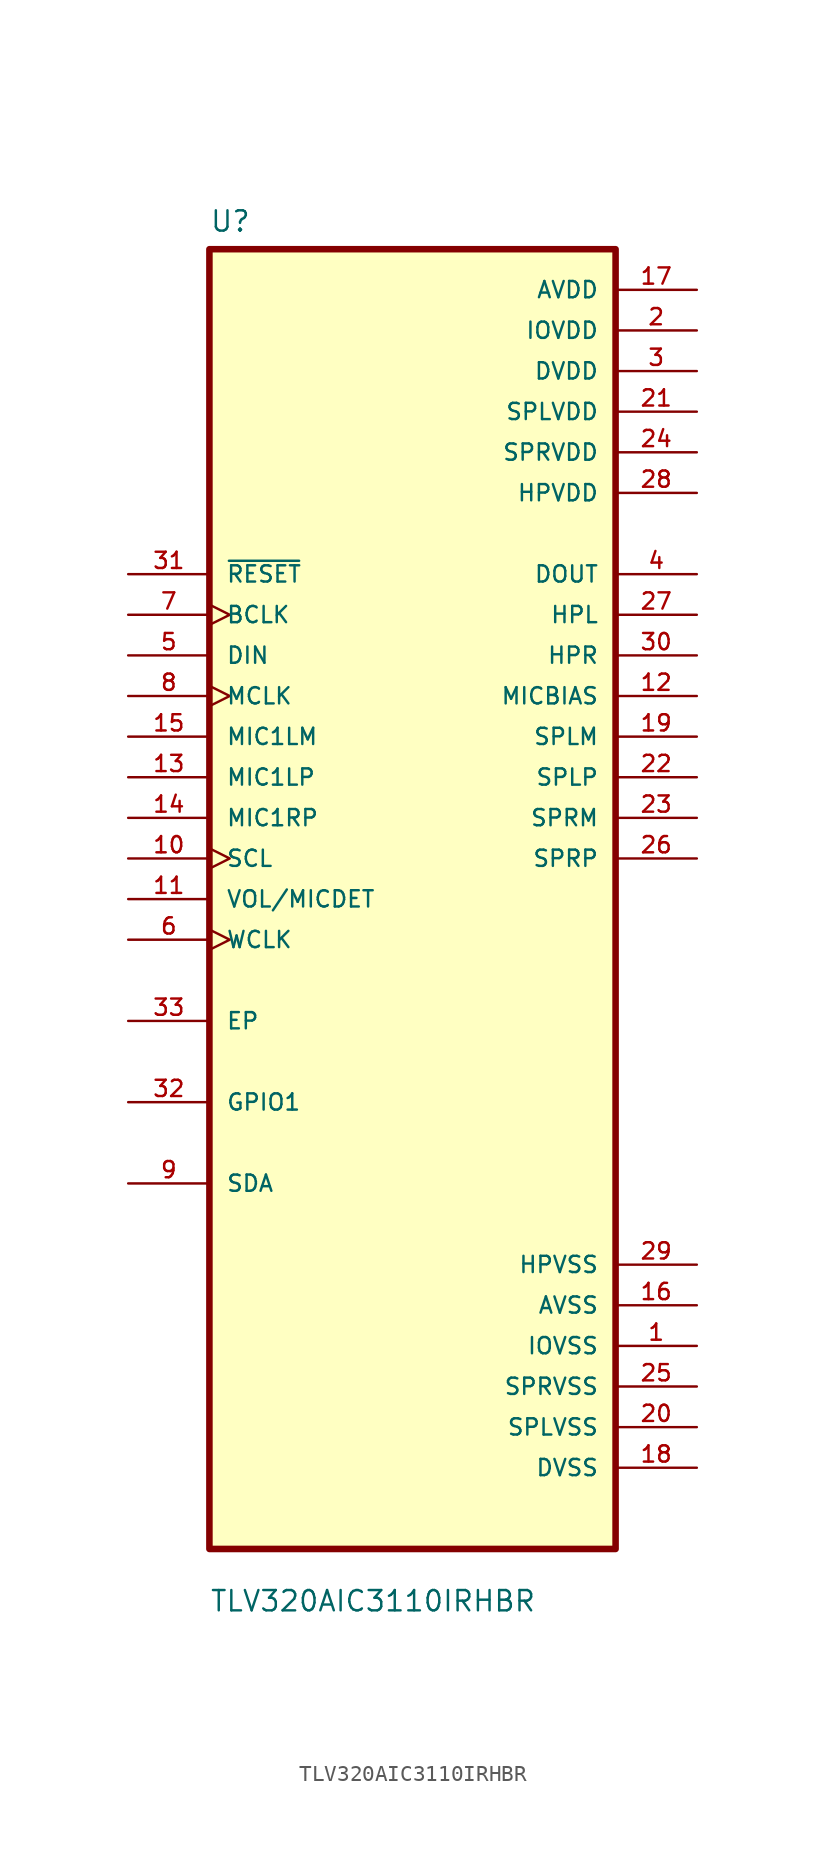
<source format=kicad_sym>
(kicad_symbol_lib
  (version 20211014)
  (generator kicad_symbol_editor)
  (symbol "TLV320AIC3110IRHBR"
    (pin_names
      (offset 1.016))
    (property "Reference" "U"
      (at -12.7 41.64 0.0)
      (effects (font (size 1.27 1.27)) (justify bottom left)))
    (property "Value" "TLV320AIC3110IRHBR"
      (at -12.7 -44.64 0.0)
      (effects (font (size 1.27 1.27)) (justify bottom left)))
    (symbol "TLV320AIC3110IRHBR_0_0"
      (rectangle (start -12.7 -40.64) (end 12.7 40.64) (stroke (width 0.41)) (fill (type background)))
      (pin input line (at -17.78 20.32 0) (length 5.08) (name "~{RESET}" (effects (font (size 1.016 1.016)))) (number "31" (effects (font (size 1.016 1.016)))))
      (pin input clock (at -17.78 17.78 0) (length 5.08) (name "BCLK" (effects (font (size 1.016 1.016)))) (number "7" (effects (font (size 1.016 1.016)))))
      (pin input line (at -17.78 15.24 0) (length 5.08) (name "DIN" (effects (font (size 1.016 1.016)))) (number "5" (effects (font (size 1.016 1.016)))))
      (pin input clock (at -17.78 12.7 0) (length 5.08) (name "MCLK" (effects (font (size 1.016 1.016)))) (number "8" (effects (font (size 1.016 1.016)))))
      (pin input line (at -17.78 10.16 0) (length 5.08) (name "MIC1LM" (effects (font (size 1.016 1.016)))) (number "15" (effects (font (size 1.016 1.016)))))
      (pin input line (at -17.78 7.62 0) (length 5.08) (name "MIC1LP" (effects (font (size 1.016 1.016)))) (number "13" (effects (font (size 1.016 1.016)))))
      (pin input line (at -17.78 5.08 0) (length 5.08) (name "MIC1RP" (effects (font (size 1.016 1.016)))) (number "14" (effects (font (size 1.016 1.016)))))
      (pin input clock (at -17.78 2.54 0) (length 5.08) (name "SCL" (effects (font (size 1.016 1.016)))) (number "10" (effects (font (size 1.016 1.016)))))
      (pin input line (at -17.78 3.55271e-15 0) (length 5.08) (name "VOL/MICDET" (effects (font (size 1.016 1.016)))) (number "11" (effects (font (size 1.016 1.016)))))
      (pin input clock (at -17.78 -2.54 0) (length 5.08) (name "WCLK" (effects (font (size 1.016 1.016)))) (number "6" (effects (font (size 1.016 1.016)))))
      (pin bidirectional line (at -17.78 -7.62 0) (length 5.08) (name "EP" (effects (font (size 1.016 1.016)))) (number "33" (effects (font (size 1.016 1.016)))))
      (pin bidirectional line (at -17.78 -12.7 0) (length 5.08) (name "GPIO1" (effects (font (size 1.016 1.016)))) (number "32" (effects (font (size 1.016 1.016)))))
      (pin bidirectional line (at -17.78 -17.78 0) (length 5.08) (name "SDA" (effects (font (size 1.016 1.016)))) (number "9" (effects (font (size 1.016 1.016)))))
      (pin power_in line (at 17.78 38.1 180.0) (length 5.08) (name "AVDD" (effects (font (size 1.016 1.016)))) (number "17" (effects (font (size 1.016 1.016)))))
      (pin power_in line (at 17.78 35.56 180.0) (length 5.08) (name "IOVDD" (effects (font (size 1.016 1.016)))) (number "2" (effects (font (size 1.016 1.016)))))
      (pin power_in line (at 17.78 33.02 180.0) (length 5.08) (name "DVDD" (effects (font (size 1.016 1.016)))) (number "3" (effects (font (size 1.016 1.016)))))
      (pin power_in line (at 17.78 30.48 180.0) (length 5.08) (name "SPLVDD" (effects (font (size 1.016 1.016)))) (number "21" (effects (font (size 1.016 1.016)))))
      (pin power_in line (at 17.78 27.94 180.0) (length 5.08) (name "SPRVDD" (effects (font (size 1.016 1.016)))) (number "24" (effects (font (size 1.016 1.016)))))
      (pin power_in line (at 17.78 25.4 180.0) (length 5.08) (name "HPVDD" (effects (font (size 1.016 1.016)))) (number "28" (effects (font (size 1.016 1.016)))))
      (pin output line (at 17.78 20.32 180.0) (length 5.08) (name "DOUT" (effects (font (size 1.016 1.016)))) (number "4" (effects (font (size 1.016 1.016)))))
      (pin output line (at 17.78 17.78 180.0) (length 5.08) (name "HPL" (effects (font (size 1.016 1.016)))) (number "27" (effects (font (size 1.016 1.016)))))
      (pin output line (at 17.78 15.24 180.0) (length 5.08) (name "HPR" (effects (font (size 1.016 1.016)))) (number "30" (effects (font (size 1.016 1.016)))))
      (pin output line (at 17.78 12.7 180.0) (length 5.08) (name "MICBIAS" (effects (font (size 1.016 1.016)))) (number "12" (effects (font (size 1.016 1.016)))))
      (pin output line (at 17.78 10.16 180.0) (length 5.08) (name "SPLM" (effects (font (size 1.016 1.016)))) (number "19" (effects (font (size 1.016 1.016)))))
      (pin output line (at 17.78 7.62 180.0) (length 5.08) (name "SPLP" (effects (font (size 1.016 1.016)))) (number "22" (effects (font (size 1.016 1.016)))))
      (pin output line (at 17.78 5.08 180.0) (length 5.08) (name "SPRM" (effects (font (size 1.016 1.016)))) (number "23" (effects (font (size 1.016 1.016)))))
      (pin output line (at 17.78 2.54 180.0) (length 5.08) (name "SPRP" (effects (font (size 1.016 1.016)))) (number "26" (effects (font (size 1.016 1.016)))))
      (pin power_in line (at 17.78 -22.86 180.0) (length 5.08) (name "HPVSS" (effects (font (size 1.016 1.016)))) (number "29" (effects (font (size 1.016 1.016)))))
      (pin power_in line (at 17.78 -25.4 180.0) (length 5.08) (name "AVSS" (effects (font (size 1.016 1.016)))) (number "16" (effects (font (size 1.016 1.016)))))
      (pin power_in line (at 17.78 -27.94 180.0) (length 5.08) (name "IOVSS" (effects (font (size 1.016 1.016)))) (number "1" (effects (font (size 1.016 1.016)))))
      (pin power_in line (at 17.78 -30.48 180.0) (length 5.08) (name "SPRVSS" (effects (font (size 1.016 1.016)))) (number "25" (effects (font (size 1.016 1.016)))))
      (pin power_in line (at 17.78 -33.02 180.0) (length 5.08) (name "SPLVSS" (effects (font (size 1.016 1.016)))) (number "20" (effects (font (size 1.016 1.016)))))
      (pin power_in line (at 17.78 -35.56 180.0) (length 5.08) (name "DVSS" (effects (font (size 1.016 1.016)))) (number "18" (effects (font (size 1.016 1.016))))))))
</source>
